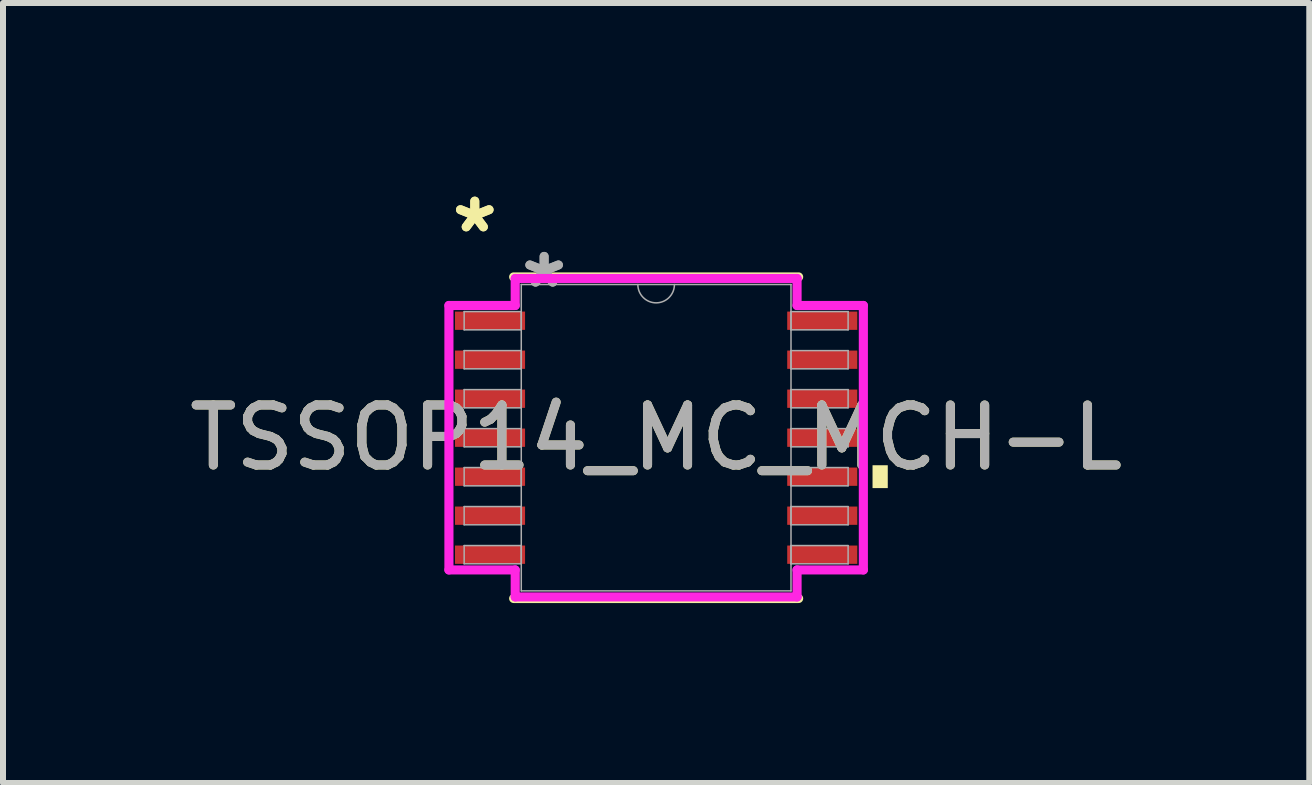
<source format=kicad_pcb>
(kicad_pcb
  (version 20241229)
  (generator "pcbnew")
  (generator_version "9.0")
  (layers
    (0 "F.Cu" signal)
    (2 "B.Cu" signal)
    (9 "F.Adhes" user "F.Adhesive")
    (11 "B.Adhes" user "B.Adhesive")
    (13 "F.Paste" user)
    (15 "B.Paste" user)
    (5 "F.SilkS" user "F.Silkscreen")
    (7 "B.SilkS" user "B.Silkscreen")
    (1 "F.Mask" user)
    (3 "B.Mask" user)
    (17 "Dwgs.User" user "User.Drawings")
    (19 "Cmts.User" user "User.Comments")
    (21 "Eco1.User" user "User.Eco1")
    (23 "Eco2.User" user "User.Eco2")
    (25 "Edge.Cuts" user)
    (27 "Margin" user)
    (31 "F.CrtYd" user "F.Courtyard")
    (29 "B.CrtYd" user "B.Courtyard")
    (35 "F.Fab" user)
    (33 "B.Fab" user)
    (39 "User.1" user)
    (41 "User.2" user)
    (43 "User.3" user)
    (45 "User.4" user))
  (footprint "TSSOP14_MC_MCH-L"
    (layer "F.Cu")
    (at 7.887 4.246)
    (property "Reference" "TSSOP14_MC_MCH-L" (at 0 0 0) (unlocked yes) (layer "F.SilkS") (effects (font (size 1 1) (thickness 0.15))))
    (attr smd)
    (fp_line (start -2.375 2.68) (end 2.375 2.68) (stroke (width 0.152) (type solid)) (layer "F.SilkS"))
    (fp_line (start 2.375 -2.68) (end -2.375 -2.68) (stroke (width 0.152) (type solid)) (layer "F.SilkS"))
    (fp_poly (pts (xy 3.861 0.459) (xy 3.861 0.84) (xy 3.607 0.84) (xy 3.607 0.459)) (stroke (width 0) (type solid)) (fill yes) (layer "F.SilkS"))
    (fp_line (start -3.454 -2.204) (end -2.349 -2.204) (stroke (width 0.152) (type solid)) (layer "F.CrtYd"))
    (fp_line (start -3.454 2.204) (end -3.454 -2.204) (stroke (width 0.152) (type solid)) (layer "F.CrtYd"))
    (fp_line (start -3.454 2.204) (end -2.349 2.204) (stroke (width 0.152) (type solid)) (layer "F.CrtYd"))
    (fp_line (start -2.349 -2.654) (end 2.349 -2.654) (stroke (width 0.152) (type solid)) (layer "F.CrtYd"))
    (fp_line (start -2.349 -2.204) (end -2.349 -2.654) (stroke (width 0.152) (type solid)) (layer "F.CrtYd"))
    (fp_line (start -2.349 2.654) (end -2.349 2.204) (stroke (width 0.152) (type solid)) (layer "F.CrtYd"))
    (fp_line (start 2.349 -2.654) (end 2.349 -2.204) (stroke (width 0.152) (type solid)) (layer "F.CrtYd"))
    (fp_line (start 2.349 2.204) (end 2.349 2.654) (stroke (width 0.152) (type solid)) (layer "F.CrtYd"))
    (fp_line (start 2.349 2.654) (end -2.349 2.654) (stroke (width 0.152) (type solid)) (layer "F.CrtYd"))
    (fp_line (start 3.454 -2.204) (end 2.349 -2.204) (stroke (width 0.152) (type solid)) (layer "F.CrtYd"))
    (fp_line (start 3.454 -2.204) (end 3.454 2.204) (stroke (width 0.152) (type solid)) (layer "F.CrtYd"))
    (fp_line (start 3.454 2.204) (end 2.349 2.204) (stroke (width 0.152) (type solid)) (layer "F.CrtYd"))
    (fp_line (start -3.2 -2.102) (end -3.2 -1.798) (stroke (width 0.025) (type solid)) (layer "F.Fab"))
    (fp_line (start -3.2 -1.798) (end -2.248 -1.798) (stroke (width 0.025) (type solid)) (layer "F.Fab"))
    (fp_line (start -3.2 -1.452) (end -3.2 -1.148) (stroke (width 0.025) (type solid)) (layer "F.Fab"))
    (fp_line (start -3.2 -1.148) (end -2.248 -1.148) (stroke (width 0.025) (type solid)) (layer "F.Fab"))
    (fp_line (start -3.2 -0.802) (end -3.2 -0.498) (stroke (width 0.025) (type solid)) (layer "F.Fab"))
    (fp_line (start -3.2 -0.498) (end -2.248 -0.498) (stroke (width 0.025) (type solid)) (layer "F.Fab"))
    (fp_line (start -3.2 -0.152) (end -3.2 0.152) (stroke (width 0.025) (type solid)) (layer "F.Fab"))
    (fp_line (start -3.2 0.152) (end -2.248 0.152) (stroke (width 0.025) (type solid)) (layer "F.Fab"))
    (fp_line (start -3.2 0.498) (end -3.2 0.802) (stroke (width 0.025) (type solid)) (layer "F.Fab"))
    (fp_line (start -3.2 0.802) (end -2.248 0.802) (stroke (width 0.025) (type solid)) (layer "F.Fab"))
    (fp_line (start -3.2 1.148) (end -3.2 1.452) (stroke (width 0.025) (type solid)) (layer "F.Fab"))
    (fp_line (start -3.2 1.452) (end -2.248 1.452) (stroke (width 0.025) (type solid)) (layer "F.Fab"))
    (fp_line (start -3.2 1.798) (end -3.2 2.102) (stroke (width 0.025) (type solid)) (layer "F.Fab"))
    (fp_line (start -3.2 2.102) (end -2.248 2.102) (stroke (width 0.025) (type solid)) (layer "F.Fab"))
    (fp_line (start -2.248 -2.553) (end -2.248 2.553) (stroke (width 0.025) (type solid)) (layer "F.Fab"))
    (fp_line (start -2.248 -2.102) (end -3.2 -2.102) (stroke (width 0.025) (type solid)) (layer "F.Fab"))
    (fp_line (start -2.248 -1.798) (end -2.248 -2.102) (stroke (width 0.025) (type solid)) (layer "F.Fab"))
    (fp_line (start -2.248 -1.452) (end -3.2 -1.452) (stroke (width 0.025) (type solid)) (layer "F.Fab"))
    (fp_line (start -2.248 -1.148) (end -2.248 -1.452) (stroke (width 0.025) (type solid)) (layer "F.Fab"))
    (fp_line (start -2.248 -0.802) (end -3.2 -0.802) (stroke (width 0.025) (type solid)) (layer "F.Fab"))
    (fp_line (start -2.248 -0.498) (end -2.248 -0.802) (stroke (width 0.025) (type solid)) (layer "F.Fab"))
    (fp_line (start -2.248 -0.152) (end -3.2 -0.152) (stroke (width 0.025) (type solid)) (layer "F.Fab"))
    (fp_line (start -2.248 0.152) (end -2.248 -0.152) (stroke (width 0.025) (type solid)) (layer "F.Fab"))
    (fp_line (start -2.248 0.498) (end -3.2 0.498) (stroke (width 0.025) (type solid)) (layer "F.Fab"))
    (fp_line (start -2.248 0.802) (end -2.248 0.498) (stroke (width 0.025) (type solid)) (layer "F.Fab"))
    (fp_line (start -2.248 1.148) (end -3.2 1.148) (stroke (width 0.025) (type solid)) (layer "F.Fab"))
    (fp_line (start -2.248 1.452) (end -2.248 1.148) (stroke (width 0.025) (type solid)) (layer "F.Fab"))
    (fp_line (start -2.248 1.798) (end -3.2 1.798) (stroke (width 0.025) (type solid)) (layer "F.Fab"))
    (fp_line (start -2.248 2.102) (end -2.248 1.798) (stroke (width 0.025) (type solid)) (layer "F.Fab"))
    (fp_line (start -2.248 2.553) (end 2.248 2.553) (stroke (width 0.025) (type solid)) (layer "F.Fab"))
    (fp_line (start 2.248 -2.553) (end -2.248 -2.553) (stroke (width 0.025) (type solid)) (layer "F.Fab"))
    (fp_line (start 2.248 -2.102) (end 2.248 -1.798) (stroke (width 0.025) (type solid)) (layer "F.Fab"))
    (fp_line (start 2.248 -1.798) (end 3.2 -1.798) (stroke (width 0.025) (type solid)) (layer "F.Fab"))
    (fp_line (start 2.248 -1.452) (end 2.248 -1.148) (stroke (width 0.025) (type solid)) (layer "F.Fab"))
    (fp_line (start 2.248 -1.148) (end 3.2 -1.148) (stroke (width 0.025) (type solid)) (layer "F.Fab"))
    (fp_line (start 2.248 -0.802) (end 2.248 -0.498) (stroke (width 0.025) (type solid)) (layer "F.Fab"))
    (fp_line (start 2.248 -0.498) (end 3.2 -0.498) (stroke (width 0.025) (type solid)) (layer "F.Fab"))
    (fp_line (start 2.248 -0.152) (end 2.248 0.152) (stroke (width 0.025) (type solid)) (layer "F.Fab"))
    (fp_line (start 2.248 0.152) (end 3.2 0.152) (stroke (width 0.025) (type solid)) (layer "F.Fab"))
    (fp_line (start 2.248 0.498) (end 2.248 0.802) (stroke (width 0.025) (type solid)) (layer "F.Fab"))
    (fp_line (start 2.248 0.802) (end 3.2 0.802) (stroke (width 0.025) (type solid)) (layer "F.Fab"))
    (fp_line (start 2.248 1.148) (end 2.248 1.452) (stroke (width 0.025) (type solid)) (layer "F.Fab"))
    (fp_line (start 2.248 1.452) (end 3.2 1.452) (stroke (width 0.025) (type solid)) (layer "F.Fab"))
    (fp_line (start 2.248 1.798) (end 2.248 2.102) (stroke (width 0.025) (type solid)) (layer "F.Fab"))
    (fp_line (start 2.248 2.102) (end 3.2 2.102) (stroke (width 0.025) (type solid)) (layer "F.Fab"))
    (fp_line (start 2.248 2.553) (end 2.248 -2.553) (stroke (width 0.025) (type solid)) (layer "F.Fab"))
    (fp_line (start 3.2 -2.102) (end 2.248 -2.102) (stroke (width 0.025) (type solid)) (layer "F.Fab"))
    (fp_line (start 3.2 -1.798) (end 3.2 -2.102) (stroke (width 0.025) (type solid)) (layer "F.Fab"))
    (fp_line (start 3.2 -1.452) (end 2.248 -1.452) (stroke (width 0.025) (type solid)) (layer "F.Fab"))
    (fp_line (start 3.2 -1.148) (end 3.2 -1.452) (stroke (width 0.025) (type solid)) (layer "F.Fab"))
    (fp_line (start 3.2 -0.802) (end 2.248 -0.802) (stroke (width 0.025) (type solid)) (layer "F.Fab"))
    (fp_line (start 3.2 -0.498) (end 3.2 -0.802) (stroke (width 0.025) (type solid)) (layer "F.Fab"))
    (fp_line (start 3.2 -0.152) (end 2.248 -0.152) (stroke (width 0.025) (type solid)) (layer "F.Fab"))
    (fp_line (start 3.2 0.152) (end 3.2 -0.152) (stroke (width 0.025) (type solid)) (layer "F.Fab"))
    (fp_line (start 3.2 0.498) (end 2.248 0.498) (stroke (width 0.025) (type solid)) (layer "F.Fab"))
    (fp_line (start 3.2 0.802) (end 3.2 0.498) (stroke (width 0.025) (type solid)) (layer "F.Fab"))
    (fp_line (start 3.2 1.148) (end 2.248 1.148) (stroke (width 0.025) (type solid)) (layer "F.Fab"))
    (fp_line (start 3.2 1.452) (end 3.2 1.148) (stroke (width 0.025) (type solid)) (layer "F.Fab"))
    (fp_line (start 3.2 1.798) (end 2.248 1.798) (stroke (width 0.025) (type solid)) (layer "F.Fab"))
    (fp_line (start 3.2 2.102) (end 3.2 1.798) (stroke (width 0.025) (type solid)) (layer "F.Fab"))
    (fp_arc (start 0.3048 -2.5527) (mid 0 -2.2479) (end -0.3048 -2.5527) (stroke (width 0.0254) (type solid)) (layer "F.Fab"))
    (fp_text user "*" (at -3.023 -3.398 0) (unlocked yes) (layer "F.SilkS") (effects (font (size 1 1) (thickness 0.15))))
    (fp_text user "*" (at -3.023 -3.398 0) (layer "F.SilkS") (effects (font (size 1 1) (thickness 0.15))))
    (fp_text user "${REFERENCE}" (at 0 0 0) (unlocked yes) (layer "F.Fab") (effects (font (size 1 1) (thickness 0.15))))
    (fp_text user "*" (at -1.867 -2.477 0) (unlocked yes) (layer "F.Fab") (effects (font (size 1 1) (thickness 0.15))))
    (fp_text user "*" (at -1.867 -2.477 0) (layer "F.Fab") (effects (font (size 1 1) (thickness 0.15))))
    (pad "1" smd rect (at -2.769 -1.95) (size 1.168 0.305) (layers "F.Cu" "F.Mask" "F.Paste"))
    (pad "2" smd rect (at -2.769 -1.3) (size 1.168 0.305) (layers "F.Cu" "F.Mask" "F.Paste"))
    (pad "3" smd rect (at -2.769 -0.65) (size 1.168 0.305) (layers "F.Cu" "F.Mask" "F.Paste"))
    (pad "4" smd rect (at -2.769 0) (size 1.168 0.305) (layers "F.Cu" "F.Mask" "F.Paste"))
    (pad "5" smd rect (at -2.769 0.65) (size 1.168 0.305) (layers "F.Cu" "F.Mask" "F.Paste"))
    (pad "6" smd rect (at -2.769 1.3) (size 1.168 0.305) (layers "F.Cu" "F.Mask" "F.Paste"))
    (pad "7" smd rect (at -2.769 1.95) (size 1.168 0.305) (layers "F.Cu" "F.Mask" "F.Paste"))
    (pad "8" smd rect (at 2.769 1.95) (size 1.168 0.305) (layers "F.Cu" "F.Mask" "F.Paste"))
    (pad "9" smd rect (at 2.769 1.3) (size 1.168 0.305) (layers "F.Cu" "F.Mask" "F.Paste"))
    (pad "10" smd rect (at 2.769 0.65) (size 1.168 0.305) (layers "F.Cu" "F.Mask" "F.Paste"))
    (pad "11" smd rect (at 2.769 0) (size 1.168 0.305) (layers "F.Cu" "F.Mask" "F.Paste"))
    (pad "12" smd rect (at 2.769 -0.65) (size 1.168 0.305) (layers "F.Cu" "F.Mask" "F.Paste"))
    (pad "13" smd rect (at 2.769 -1.3) (size 1.168 0.305) (layers "F.Cu" "F.Mask" "F.Paste"))
    (pad "14" smd rect (at 2.769 -1.95) (size 1.168 0.305) (layers "F.Cu" "F.Mask" "F.Paste")))
  (gr_rect
    (start -3 -3)
    (end 18.774 10.002)
    (stroke (width 0.1) (type default))
    (fill no)
    (layer "Edge.Cuts")))
</source>
